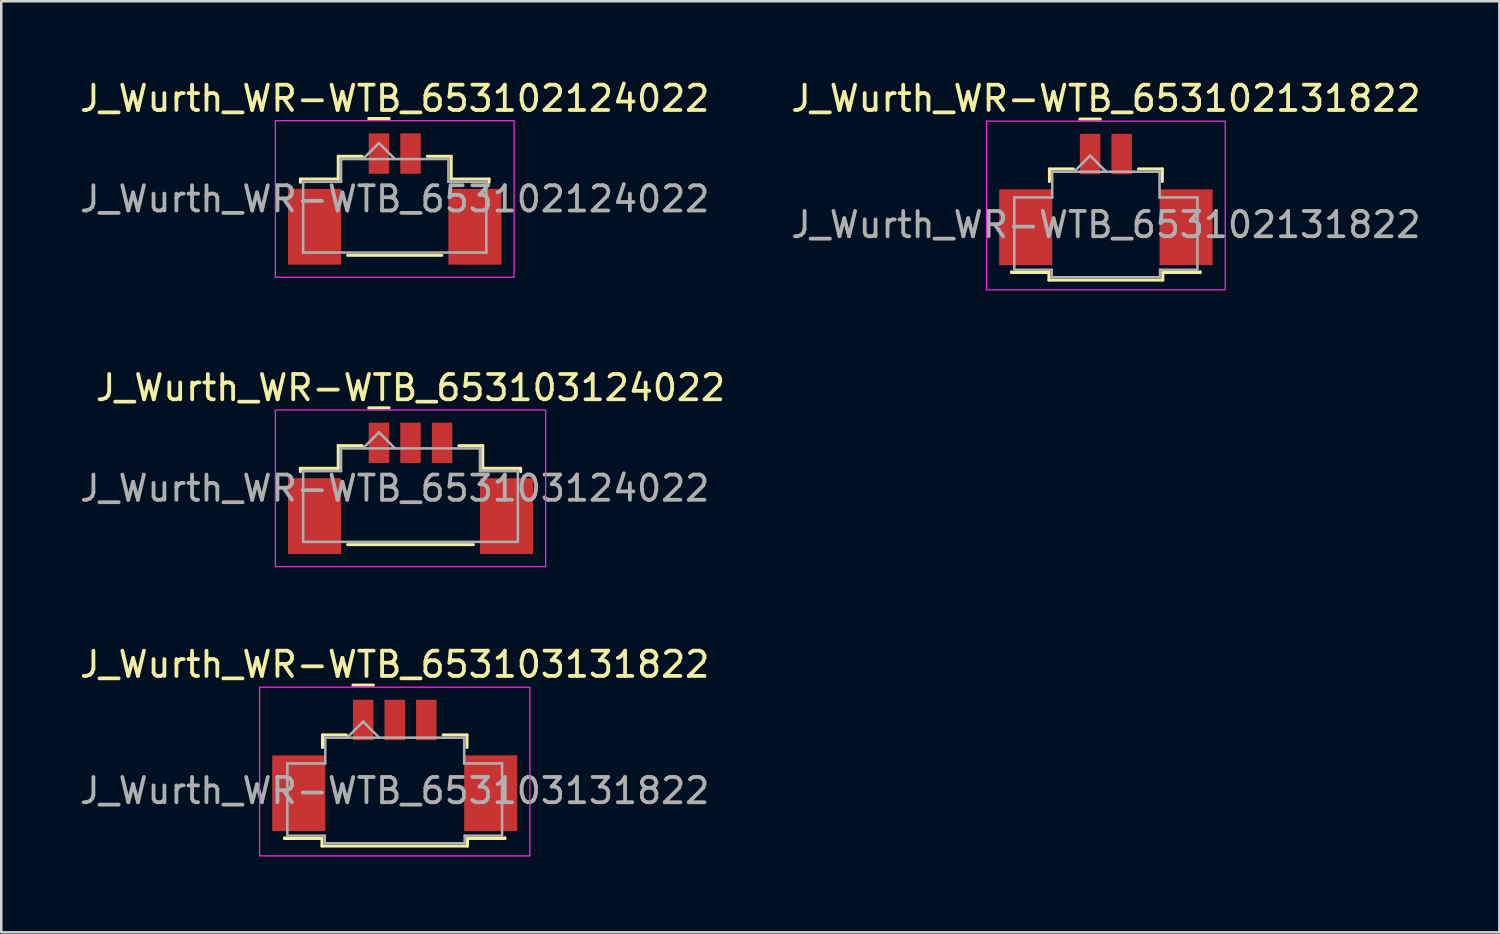
<source format=kicad_pcb>
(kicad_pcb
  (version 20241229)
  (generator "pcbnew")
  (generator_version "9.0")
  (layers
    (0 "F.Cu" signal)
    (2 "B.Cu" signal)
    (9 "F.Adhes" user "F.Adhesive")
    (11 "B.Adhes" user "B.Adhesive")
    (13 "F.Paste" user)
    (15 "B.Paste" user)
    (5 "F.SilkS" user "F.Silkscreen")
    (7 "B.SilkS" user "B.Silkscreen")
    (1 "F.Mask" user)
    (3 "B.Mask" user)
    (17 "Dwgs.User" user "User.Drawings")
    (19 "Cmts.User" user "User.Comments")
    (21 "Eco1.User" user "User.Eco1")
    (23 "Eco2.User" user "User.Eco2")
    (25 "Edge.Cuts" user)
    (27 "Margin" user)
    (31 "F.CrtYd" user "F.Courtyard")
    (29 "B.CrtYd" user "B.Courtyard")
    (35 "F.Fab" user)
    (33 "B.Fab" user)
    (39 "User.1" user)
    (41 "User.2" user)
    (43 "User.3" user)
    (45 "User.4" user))
  (footprint "J_Wurth_WR-WTB_653102131822"
    (layer "F.Cu")
    (at 40.732 5.848)
    (property "Reference" "J_Wurth_WR-WTB_653102131822" (at 0 -5 0) (unlocked yes) (layer "F.SilkS") (effects (font (size 1 1) (thickness 0.15))))
    (attr smd)
    (fp_line (start -3.735 1.86) (end -3.735 1.89) (stroke (width 0.12) (type solid)) (layer "F.SilkS"))
    (fp_line (start -3.735 1.89) (end -2.255 1.89) (stroke (width 0.12) (type default)) (layer "F.SilkS"))
    (fp_line (start -2.255 1.89) (end -2.255 2.19) (stroke (width 0.12) (type default)) (layer "F.SilkS"))
    (fp_line (start -2.255 2.19) (end 2.255 2.19) (stroke (width 0.12) (type default)) (layer "F.SilkS"))
    (fp_line (start -2.235 -2.21) (end -2.235 -1.71) (stroke (width 0.12) (type default)) (layer "F.SilkS"))
    (fp_line (start -1.29 -2.21) (end -2.235 -2.21) (stroke (width 0.12) (type solid)) (layer "F.SilkS"))
    (fp_line (start -1.03 -4.185) (end -0.22 -4.185) (stroke (width 0.12) (type solid)) (layer "F.SilkS"))
    (fp_line (start 1.29 -2.21) (end 2.235 -2.21) (stroke (width 0.12) (type solid)) (layer "F.SilkS"))
    (fp_line (start 2.235 -2.21) (end 2.235 -1.71) (stroke (width 0.12) (type default)) (layer "F.SilkS"))
    (fp_line (start 2.255 1.89) (end 3.735 1.89) (stroke (width 0.12) (type default)) (layer "F.SilkS"))
    (fp_line (start 2.255 2.19) (end 2.255 1.89) (stroke (width 0.12) (type default)) (layer "F.SilkS"))
    (fp_line (start 3.735 1.89) (end 3.735 1.86) (stroke (width 0.12) (type solid)) (layer "F.SilkS"))
    (fp_rect (start -4.725 -4.1) (end 4.725 2.58) (stroke (width 0.05) (type solid)) (fill no) (layer "F.CrtYd"))
    (fp_line (start -3.625 -1.08) (end -2.125 -1.08) (stroke (width 0.1) (type default)) (layer "F.Fab"))
    (fp_line (start -3.625 1.78) (end -3.625 -1.08) (stroke (width 0.1) (type solid)) (layer "F.Fab"))
    (fp_line (start -3.625 1.78) (end -2.145 1.78) (stroke (width 0.1) (type solid)) (layer "F.Fab"))
    (fp_line (start -2.145 1.78) (end -2.145 2.08) (stroke (width 0.1) (type solid)) (layer "F.Fab"))
    (fp_line (start -2.145 2.08) (end 2.145 2.08) (stroke (width 0.1) (type default)) (layer "F.Fab"))
    (fp_line (start -2.125 -2.1) (end -2.125 -1.08) (stroke (width 0.1) (type solid)) (layer "F.Fab"))
    (fp_line (start -2.125 -2.1) (end 2.125 -2.1) (stroke (width 0.1) (type solid)) (layer "F.Fab"))
    (fp_line (start -0.625 -2.735) (end -1.26 -2.1) (stroke (width 0.1) (type default)) (layer "F.Fab"))
    (fp_line (start 0.01 -2.1) (end -0.625 -2.735) (stroke (width 0.1) (type default)) (layer "F.Fab"))
    (fp_line (start 2.125 -2.1) (end 2.125 -1.08) (stroke (width 0.1) (type solid)) (layer "F.Fab"))
    (fp_line (start 2.145 1.78) (end 2.145 2.08) (stroke (width 0.1) (type solid)) (layer "F.Fab"))
    (fp_line (start 3.625 -1.08) (end 2.125 -1.08) (stroke (width 0.1) (type default)) (layer "F.Fab"))
    (fp_line (start 3.625 1.78) (end 2.145 1.78) (stroke (width 0.1) (type solid)) (layer "F.Fab"))
    (fp_line (start 3.625 1.78) (end 3.625 -1.08) (stroke (width 0.1) (type solid)) (layer "F.Fab"))
    (fp_text user "${REFERENCE}" (at 0 0 0) (unlocked yes) (layer "F.Fab") (effects (font (size 1 1) (thickness 0.15))))
    (pad "1" smd rect (at -0.625 -2.8) (size 0.81 1.6) (layers "F.Cu" "F.Mask" "F.Paste"))
    (pad "2" smd rect (at 0.625 -2.8) (size 0.81 1.6) (layers "F.Cu" "F.Mask" "F.Paste"))
    (pad "MP1" smd rect (at -3.175 0.1) (size 2.1 3) (layers "F.Cu" "F.Mask" "F.Paste"))
    (pad "MP2" smd rect (at 3.175 0.1) (size 2.1 3) (layers "F.Cu" "F.Mask" "F.Paste")))
  (footprint "J_Wurth_WR-WTB_653103131822"
    (layer "F.Cu")
    (at 12.577 28.255)
    (property "Reference" "J_Wurth_WR-WTB_653103131822" (at 0 -5 0) (unlocked yes) (layer "F.SilkS") (effects (font (size 1 1) (thickness 0.15))))
    (attr smd)
    (fp_line (start -4.36 1.86) (end -4.36 1.89) (stroke (width 0.12) (type solid)) (layer "F.SilkS"))
    (fp_line (start -4.36 1.89) (end -2.88 1.89) (stroke (width 0.12) (type default)) (layer "F.SilkS"))
    (fp_line (start -2.88 1.89) (end -2.88 2.19) (stroke (width 0.12) (type default)) (layer "F.SilkS"))
    (fp_line (start -2.88 2.19) (end 2.88 2.19) (stroke (width 0.12) (type default)) (layer "F.SilkS"))
    (fp_line (start -2.86 -2.21) (end -2.86 -1.71) (stroke (width 0.12) (type default)) (layer "F.SilkS"))
    (fp_line (start -1.915 -2.21) (end -2.86 -2.21) (stroke (width 0.12) (type solid)) (layer "F.SilkS"))
    (fp_line (start -1.655 -4.185) (end -0.845 -4.185) (stroke (width 0.12) (type solid)) (layer "F.SilkS"))
    (fp_line (start 1.915 -2.21) (end 2.86 -2.21) (stroke (width 0.12) (type solid)) (layer "F.SilkS"))
    (fp_line (start 2.86 -2.21) (end 2.86 -1.71) (stroke (width 0.12) (type default)) (layer "F.SilkS"))
    (fp_line (start 2.88 1.89) (end 4.36 1.89) (stroke (width 0.12) (type default)) (layer "F.SilkS"))
    (fp_line (start 2.88 2.19) (end 2.88 1.89) (stroke (width 0.12) (type default)) (layer "F.SilkS"))
    (fp_line (start 4.36 1.89) (end 4.36 1.86) (stroke (width 0.12) (type solid)) (layer "F.SilkS"))
    (fp_rect (start -5.35 -4.1) (end 5.35 2.58) (stroke (width 0.05) (type solid)) (fill no) (layer "F.CrtYd"))
    (fp_line (start -4.25 -1.08) (end -2.75 -1.08) (stroke (width 0.1) (type default)) (layer "F.Fab"))
    (fp_line (start -4.25 1.78) (end -4.25 -1.08) (stroke (width 0.1) (type solid)) (layer "F.Fab"))
    (fp_line (start -4.25 1.78) (end -2.77 1.78) (stroke (width 0.1) (type solid)) (layer "F.Fab"))
    (fp_line (start -2.77 1.78) (end -2.77 2.08) (stroke (width 0.1) (type solid)) (layer "F.Fab"))
    (fp_line (start -2.77 2.08) (end 2.77 2.08) (stroke (width 0.1) (type default)) (layer "F.Fab"))
    (fp_line (start -2.75 -2.1) (end -2.75 -1.08) (stroke (width 0.1) (type solid)) (layer "F.Fab"))
    (fp_line (start -2.75 -2.1) (end 2.75 -2.1) (stroke (width 0.1) (type solid)) (layer "F.Fab"))
    (fp_line (start -1.25 -2.735) (end -1.885 -2.1) (stroke (width 0.1) (type default)) (layer "F.Fab"))
    (fp_line (start -0.615 -2.1) (end -1.25 -2.735) (stroke (width 0.1) (type default)) (layer "F.Fab"))
    (fp_line (start 2.75 -2.1) (end 2.75 -1.08) (stroke (width 0.1) (type solid)) (layer "F.Fab"))
    (fp_line (start 2.77 1.78) (end 2.77 2.08) (stroke (width 0.1) (type solid)) (layer "F.Fab"))
    (fp_line (start 4.25 -1.08) (end 2.75 -1.08) (stroke (width 0.1) (type default)) (layer "F.Fab"))
    (fp_line (start 4.25 1.78) (end 2.77 1.78) (stroke (width 0.1) (type solid)) (layer "F.Fab"))
    (fp_line (start 4.25 1.78) (end 4.25 -1.08) (stroke (width 0.1) (type solid)) (layer "F.Fab"))
    (fp_text user "${REFERENCE}" (at 0 0 0) (unlocked yes) (layer "F.Fab") (effects (font (size 1 1) (thickness 0.15))))
    (pad "1" smd rect (at -1.25 -2.8) (size 0.81 1.6) (layers "F.Cu" "F.Mask" "F.Paste"))
    (pad "2" smd rect (at 0 -2.8) (size 0.81 1.6) (layers "F.Cu" "F.Mask" "F.Paste"))
    (pad "3" smd rect (at 1.25 -2.8) (size 0.81 1.6) (layers "F.Cu" "F.Mask" "F.Paste"))
    (pad "MP1" smd rect (at -3.8 0.1) (size 2.1 3) (layers "F.Cu" "F.Mask" "F.Paste"))
    (pad "MP2" smd rect (at 3.8 0.1) (size 2.1 3) (layers "F.Cu" "F.Mask" "F.Paste")))
  (footprint "J_Wurth_WR-WTB_653102124022"
    (layer "F.Cu")
    (at 12.577 5.098)
    (property "Reference" "J_Wurth_WR-WTB_653102124022" (at 0 -4.25 0) (unlocked yes) (layer "F.SilkS") (effects (font (size 1 1) (thickness 0.15))))
    (attr smd)
    (fp_line (start -3.735 -1.06) (end -3.735 -0.93) (stroke (width 0.12) (type solid)) (layer "F.SilkS"))
    (fp_line (start -2.235 -1.96) (end -2.235 -1.06) (stroke (width 0.12) (type solid)) (layer "F.SilkS"))
    (fp_line (start -2.235 -1.06) (end -3.735 -1.06) (stroke (width 0.12) (type solid)) (layer "F.SilkS"))
    (fp_line (start -1.865 1.96) (end 1.865 1.96) (stroke (width 0.12) (type solid)) (layer "F.SilkS"))
    (fp_line (start -1.29 -1.96) (end -2.235 -1.96) (stroke (width 0.12) (type solid)) (layer "F.SilkS"))
    (fp_line (start -1.03 -3.455) (end -0.22 -3.455) (stroke (width 0.12) (type solid)) (layer "F.SilkS"))
    (fp_line (start 2.235 -1.96) (end 1.29 -1.96) (stroke (width 0.12) (type solid)) (layer "F.SilkS"))
    (fp_line (start 2.235 -1.06) (end 2.235 -1.96) (stroke (width 0.12) (type solid)) (layer "F.SilkS"))
    (fp_line (start 3.735 -1.06) (end 2.235 -1.06) (stroke (width 0.12) (type solid)) (layer "F.SilkS"))
    (fp_line (start 3.735 -1.06) (end 3.735 -0.93) (stroke (width 0.12) (type solid)) (layer "F.SilkS"))
    (fp_rect (start -4.725 -3.37) (end 4.725 2.83) (stroke (width 0.05) (type solid)) (fill no) (layer "F.CrtYd"))
    (fp_line (start -3.625 -0.95) (end -2.125 -0.95) (stroke (width 0.1) (type solid)) (layer "F.Fab"))
    (fp_line (start -3.625 1.85) (end -3.625 -0.95) (stroke (width 0.1) (type solid)) (layer "F.Fab"))
    (fp_line (start -2.125 -1.85) (end 2.125 -1.85) (stroke (width 0.1) (type solid)) (layer "F.Fab"))
    (fp_line (start -2.125 -0.95) (end -2.125 -1.85) (stroke (width 0.1) (type solid)) (layer "F.Fab"))
    (fp_line (start -0.625 -2.485) (end -1.26 -1.85) (stroke (width 0.1) (type default)) (layer "F.Fab"))
    (fp_line (start 0.01 -1.85) (end -0.625 -2.485) (stroke (width 0.1) (type default)) (layer "F.Fab"))
    (fp_line (start 2.125 -0.95) (end 2.125 -1.85) (stroke (width 0.1) (type solid)) (layer "F.Fab"))
    (fp_line (start 3.625 -0.95) (end 2.125 -0.95) (stroke (width 0.1) (type solid)) (layer "F.Fab"))
    (fp_line (start 3.625 1.85) (end -3.625 1.85) (stroke (width 0.1) (type solid)) (layer "F.Fab"))
    (fp_line (start 3.625 1.85) (end 3.625 -0.95) (stroke (width 0.1) (type solid)) (layer "F.Fab"))
    (fp_text user "${REFERENCE}" (at 0 -0.27 0) (unlocked yes) (layer "F.Fab") (effects (font (size 1 1) (thickness 0.15))))
    (pad "1" smd rect (at -0.625 -2.07) (size 0.81 1.6) (layers "F.Cu" "F.Mask" "F.Paste"))
    (pad "2" smd rect (at 0.625 -2.07) (size 0.81 1.6) (layers "F.Cu" "F.Mask" "F.Paste"))
    (pad "MP1" smd rect (at -3.175 0.83) (size 2.1 3) (layers "F.Cu" "F.Mask" "F.Paste"))
    (pad "MP2" smd rect (at 3.175 0.83) (size 2.1 3) (layers "F.Cu" "F.Mask" "F.Paste")))
  (footprint "J_Wurth_WR-WTB_653103124022"
    (layer "F.Cu")
    (at 13.202 16.552)
    (property "Reference" "J_Wurth_WR-WTB_653103124022" (at 0 -4.25 0) (unlocked yes) (layer "F.SilkS") (effects (font (size 1 1) (thickness 0.15))))
    (attr smd)
    (fp_line (start -4.36 -1.06) (end -4.36 -0.93) (stroke (width 0.12) (type solid)) (layer "F.SilkS"))
    (fp_line (start -2.86 -1.96) (end -2.86 -1.06) (stroke (width 0.12) (type solid)) (layer "F.SilkS"))
    (fp_line (start -2.86 -1.06) (end -4.36 -1.06) (stroke (width 0.12) (type solid)) (layer "F.SilkS"))
    (fp_line (start -2.49 1.96) (end 2.49 1.96) (stroke (width 0.12) (type solid)) (layer "F.SilkS"))
    (fp_line (start -1.915 -1.96) (end -2.86 -1.96) (stroke (width 0.12) (type solid)) (layer "F.SilkS"))
    (fp_line (start -1.655 -3.455) (end -0.845 -3.455) (stroke (width 0.12) (type solid)) (layer "F.SilkS"))
    (fp_line (start 2.86 -1.96) (end 1.915 -1.96) (stroke (width 0.12) (type solid)) (layer "F.SilkS"))
    (fp_line (start 2.86 -1.06) (end 2.86 -1.96) (stroke (width 0.12) (type solid)) (layer "F.SilkS"))
    (fp_line (start 4.36 -1.06) (end 2.86 -1.06) (stroke (width 0.12) (type solid)) (layer "F.SilkS"))
    (fp_line (start 4.36 -1.06) (end 4.36 -0.93) (stroke (width 0.12) (type solid)) (layer "F.SilkS"))
    (fp_rect (start -5.35 -3.37) (end 5.35 2.83) (stroke (width 0.05) (type solid)) (fill no) (layer "F.CrtYd"))
    (fp_line (start -4.25 -0.95) (end -2.75 -0.95) (stroke (width 0.1) (type solid)) (layer "F.Fab"))
    (fp_line (start -4.25 1.85) (end -4.25 -0.95) (stroke (width 0.1) (type solid)) (layer "F.Fab"))
    (fp_line (start -2.75 -1.85) (end 2.75 -1.85) (stroke (width 0.1) (type solid)) (layer "F.Fab"))
    (fp_line (start -2.75 -0.95) (end -2.75 -1.85) (stroke (width 0.1) (type solid)) (layer "F.Fab"))
    (fp_line (start -1.25 -2.485) (end -1.885 -1.85) (stroke (width 0.1) (type default)) (layer "F.Fab"))
    (fp_line (start -0.615 -1.85) (end -1.25 -2.485) (stroke (width 0.1) (type default)) (layer "F.Fab"))
    (fp_line (start 2.75 -0.95) (end 2.75 -1.85) (stroke (width 0.1) (type solid)) (layer "F.Fab"))
    (fp_line (start 4.25 -0.95) (end 2.75 -0.95) (stroke (width 0.1) (type solid)) (layer "F.Fab"))
    (fp_line (start 4.25 1.85) (end -4.25 1.85) (stroke (width 0.1) (type solid)) (layer "F.Fab"))
    (fp_line (start 4.25 1.85) (end 4.25 -0.95) (stroke (width 0.1) (type solid)) (layer "F.Fab"))
    (fp_text user "${REFERENCE}" (at -0.625 -0.27 0) (unlocked yes) (layer "F.Fab") (effects (font (size 1 1) (thickness 0.15))))
    (pad "1" smd rect (at -1.25 -2.07) (size 0.81 1.6) (layers "F.Cu" "F.Mask" "F.Paste"))
    (pad "2" smd rect (at 0 -2.07) (size 0.81 1.6) (layers "F.Cu" "F.Mask" "F.Paste"))
    (pad "3" smd rect (at 1.25 -2.07) (size 0.81 1.6) (layers "F.Cu" "F.Mask" "F.Paste"))
    (pad "MP1" smd rect (at -3.8 0.83) (size 2.1 3) (layers "F.Cu" "F.Mask" "F.Paste"))
    (pad "MP2" smd rect (at 3.8 0.83) (size 2.1 3) (layers "F.Cu" "F.Mask" "F.Paste")))
  (gr_rect
    (start -3 -3)
    (end 56.31 33.86)
    (stroke (width 0.1) (type default))
    (fill no)
    (layer "Edge.Cuts")))
</source>
